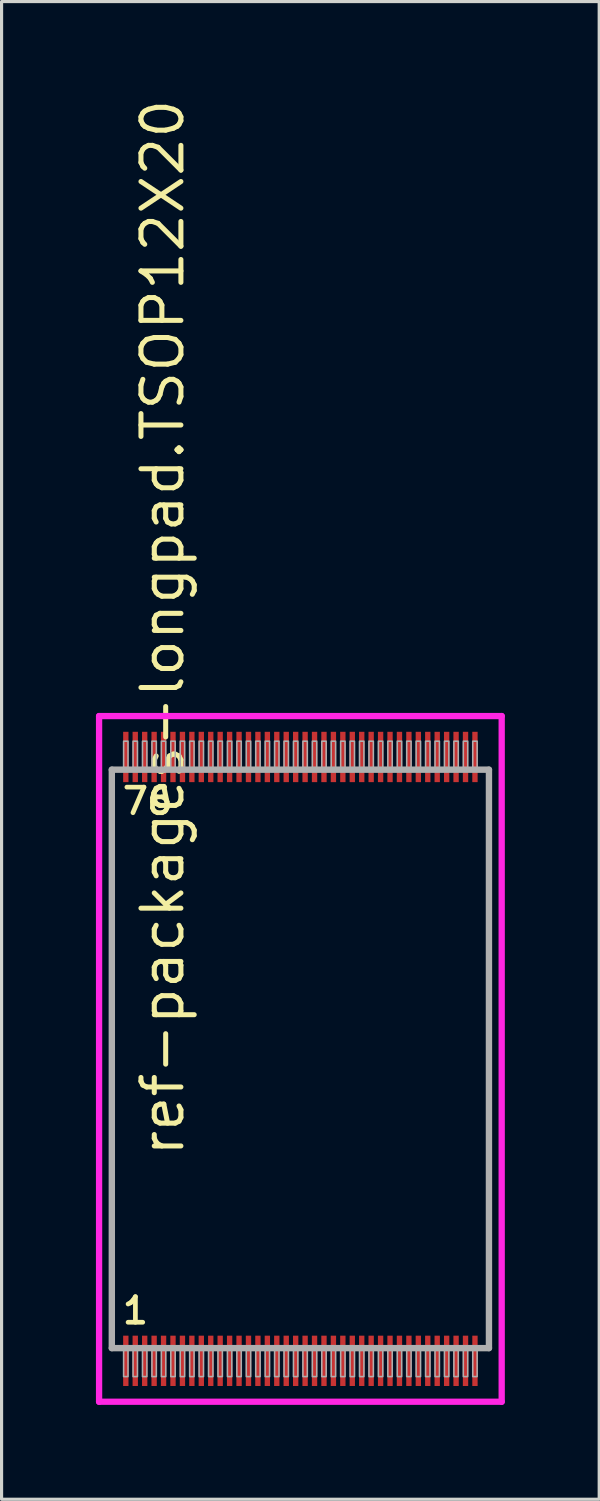
<source format=kicad_pcb>
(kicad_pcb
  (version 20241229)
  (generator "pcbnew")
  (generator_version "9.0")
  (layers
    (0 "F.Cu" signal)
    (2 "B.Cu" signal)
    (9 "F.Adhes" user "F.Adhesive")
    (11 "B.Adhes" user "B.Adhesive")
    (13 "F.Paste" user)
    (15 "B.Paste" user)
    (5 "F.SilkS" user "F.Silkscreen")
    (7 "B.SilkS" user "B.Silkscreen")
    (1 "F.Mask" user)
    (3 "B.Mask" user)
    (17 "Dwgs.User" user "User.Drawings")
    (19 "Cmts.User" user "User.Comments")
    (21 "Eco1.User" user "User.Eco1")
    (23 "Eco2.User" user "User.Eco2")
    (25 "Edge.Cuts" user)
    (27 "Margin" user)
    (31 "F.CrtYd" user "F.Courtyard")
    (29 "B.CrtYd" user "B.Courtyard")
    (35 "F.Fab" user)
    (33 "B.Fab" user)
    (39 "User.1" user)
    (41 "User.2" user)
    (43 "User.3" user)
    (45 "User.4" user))
  (footprint "ref-packages-longpad.TSOP12X20"
    (layer "F.Cu")
    (at 6.5 30.615)
    (property "Reference" "ref-packages-longpad.TSOP12X20" (at -3.635 3.175 90) (layer "F.SilkS") (effects (font (size 1.27 1.27) (thickness 0.16)) (justify left bottom)))
    (attr smd)
    (fp_line (start -6.4 -10.9) (end 6.4 -10.9) (stroke (width 0.2) (type default)) (layer "F.CrtYd"))
    (fp_line (start -6.4 10.9) (end -6.4 -10.9) (stroke (width 0.2) (type default)) (layer "F.CrtYd"))
    (fp_line (start 6.4 -10.9) (end 6.4 10.9) (stroke (width 0.2) (type default)) (layer "F.CrtYd"))
    (fp_line (start 6.4 10.9) (end -6.4 10.9) (stroke (width 0.2) (type default)) (layer "F.CrtYd"))
    (fp_line (start -5.995 -9.195) (end 5.995 -9.195) (stroke (width 0.203) (type default)) (layer "F.Fab"))
    (fp_line (start -5.995 9.195) (end -5.995 -9.195) (stroke (width 0.203) (type default)) (layer "F.Fab"))
    (fp_line (start 5.995 -9.195) (end 5.995 9.195) (stroke (width 0.203) (type default)) (layer "F.Fab"))
    (fp_line (start 5.995 9.195) (end -5.995 9.195) (stroke (width 0.203) (type default)) (layer "F.Fab"))
    (fp_rect (start -5.62 -9.25) (end -5.48 -10.1) (stroke (width 0.05) (type default)) (fill no) (layer "F.Fab"))
    (fp_rect (start -5.62 10.1) (end -5.48 9.25) (stroke (width 0.05) (type default)) (fill no) (layer "F.Fab"))
    (fp_rect (start -5.32 -9.25) (end -5.18 -10.1) (stroke (width 0.05) (type default)) (fill no) (layer "F.Fab"))
    (fp_rect (start -5.32 10.1) (end -5.18 9.25) (stroke (width 0.05) (type default)) (fill no) (layer "F.Fab"))
    (fp_rect (start -5.02 -9.25) (end -4.88 -10.1) (stroke (width 0.05) (type default)) (fill no) (layer "F.Fab"))
    (fp_rect (start -5.02 10.1) (end -4.88 9.25) (stroke (width 0.05) (type default)) (fill no) (layer "F.Fab"))
    (fp_rect (start -4.72 -9.25) (end -4.58 -10.1) (stroke (width 0.05) (type default)) (fill no) (layer "F.Fab"))
    (fp_rect (start -4.72 10.1) (end -4.58 9.25) (stroke (width 0.05) (type default)) (fill no) (layer "F.Fab"))
    (fp_rect (start -4.42 -9.25) (end -4.28 -10.1) (stroke (width 0.05) (type default)) (fill no) (layer "F.Fab"))
    (fp_rect (start -4.42 10.1) (end -4.28 9.25) (stroke (width 0.05) (type default)) (fill no) (layer "F.Fab"))
    (fp_rect (start -4.12 -9.25) (end -3.98 -10.1) (stroke (width 0.05) (type default)) (fill no) (layer "F.Fab"))
    (fp_rect (start -4.12 10.1) (end -3.98 9.25) (stroke (width 0.05) (type default)) (fill no) (layer "F.Fab"))
    (fp_rect (start -3.82 -9.25) (end -3.68 -10.1) (stroke (width 0.05) (type default)) (fill no) (layer "F.Fab"))
    (fp_rect (start -3.82 10.1) (end -3.68 9.25) (stroke (width 0.05) (type default)) (fill no) (layer "F.Fab"))
    (fp_rect (start -3.52 -9.25) (end -3.38 -10.1) (stroke (width 0.05) (type default)) (fill no) (layer "F.Fab"))
    (fp_rect (start -3.52 10.1) (end -3.38 9.25) (stroke (width 0.05) (type default)) (fill no) (layer "F.Fab"))
    (fp_rect (start -3.22 -9.25) (end -3.08 -10.1) (stroke (width 0.05) (type default)) (fill no) (layer "F.Fab"))
    (fp_rect (start -3.22 10.1) (end -3.08 9.25) (stroke (width 0.05) (type default)) (fill no) (layer "F.Fab"))
    (fp_rect (start -2.92 -9.25) (end -2.78 -10.1) (stroke (width 0.05) (type default)) (fill no) (layer "F.Fab"))
    (fp_rect (start -2.92 10.1) (end -2.78 9.25) (stroke (width 0.05) (type default)) (fill no) (layer "F.Fab"))
    (fp_rect (start -2.62 -9.25) (end -2.48 -10.1) (stroke (width 0.05) (type default)) (fill no) (layer "F.Fab"))
    (fp_rect (start -2.62 10.1) (end -2.48 9.25) (stroke (width 0.05) (type default)) (fill no) (layer "F.Fab"))
    (fp_rect (start -2.32 -9.25) (end -2.18 -10.1) (stroke (width 0.05) (type default)) (fill no) (layer "F.Fab"))
    (fp_rect (start -2.32 10.1) (end -2.18 9.25) (stroke (width 0.05) (type default)) (fill no) (layer "F.Fab"))
    (fp_rect (start -2.02 -9.25) (end -1.88 -10.1) (stroke (width 0.05) (type default)) (fill no) (layer "F.Fab"))
    (fp_rect (start -2.02 10.1) (end -1.88 9.25) (stroke (width 0.05) (type default)) (fill no) (layer "F.Fab"))
    (fp_rect (start -1.72 -9.25) (end -1.58 -10.1) (stroke (width 0.05) (type default)) (fill no) (layer "F.Fab"))
    (fp_rect (start -1.72 10.1) (end -1.58 9.25) (stroke (width 0.05) (type default)) (fill no) (layer "F.Fab"))
    (fp_rect (start -1.42 -9.25) (end -1.28 -10.1) (stroke (width 0.05) (type default)) (fill no) (layer "F.Fab"))
    (fp_rect (start -1.42 10.1) (end -1.28 9.25) (stroke (width 0.05) (type default)) (fill no) (layer "F.Fab"))
    (fp_rect (start -1.12 -9.25) (end -0.98 -10.1) (stroke (width 0.05) (type default)) (fill no) (layer "F.Fab"))
    (fp_rect (start -1.12 10.1) (end -0.98 9.25) (stroke (width 0.05) (type default)) (fill no) (layer "F.Fab"))
    (fp_rect (start -0.82 -9.25) (end -0.68 -10.1) (stroke (width 0.05) (type default)) (fill no) (layer "F.Fab"))
    (fp_rect (start -0.82 10.1) (end -0.68 9.25) (stroke (width 0.05) (type default)) (fill no) (layer "F.Fab"))
    (fp_rect (start -0.52 -9.25) (end -0.38 -10.1) (stroke (width 0.05) (type default)) (fill no) (layer "F.Fab"))
    (fp_rect (start -0.52 10.1) (end -0.38 9.25) (stroke (width 0.05) (type default)) (fill no) (layer "F.Fab"))
    (fp_rect (start -0.22 -9.25) (end -0.08 -10.1) (stroke (width 0.05) (type default)) (fill no) (layer "F.Fab"))
    (fp_rect (start -0.22 10.1) (end -0.08 9.25) (stroke (width 0.05) (type default)) (fill no) (layer "F.Fab"))
    (fp_rect (start 0.08 -9.25) (end 0.22 -10.1) (stroke (width 0.05) (type default)) (fill no) (layer "F.Fab"))
    (fp_rect (start 0.08 10.1) (end 0.22 9.25) (stroke (width 0.05) (type default)) (fill no) (layer "F.Fab"))
    (fp_rect (start 0.38 -9.25) (end 0.52 -10.1) (stroke (width 0.05) (type default)) (fill no) (layer "F.Fab"))
    (fp_rect (start 0.38 10.1) (end 0.52 9.25) (stroke (width 0.05) (type default)) (fill no) (layer "F.Fab"))
    (fp_rect (start 0.68 -9.25) (end 0.82 -10.1) (stroke (width 0.05) (type default)) (fill no) (layer "F.Fab"))
    (fp_rect (start 0.68 10.1) (end 0.82 9.25) (stroke (width 0.05) (type default)) (fill no) (layer "F.Fab"))
    (fp_rect (start 0.98 -9.25) (end 1.12 -10.1) (stroke (width 0.05) (type default)) (fill no) (layer "F.Fab"))
    (fp_rect (start 0.98 10.1) (end 1.12 9.25) (stroke (width 0.05) (type default)) (fill no) (layer "F.Fab"))
    (fp_rect (start 1.28 -9.25) (end 1.42 -10.1) (stroke (width 0.05) (type default)) (fill no) (layer "F.Fab"))
    (fp_rect (start 1.28 10.1) (end 1.42 9.25) (stroke (width 0.05) (type default)) (fill no) (layer "F.Fab"))
    (fp_rect (start 1.58 -9.25) (end 1.72 -10.1) (stroke (width 0.05) (type default)) (fill no) (layer "F.Fab"))
    (fp_rect (start 1.58 10.1) (end 1.72 9.25) (stroke (width 0.05) (type default)) (fill no) (layer "F.Fab"))
    (fp_rect (start 1.88 -9.25) (end 2.02 -10.1) (stroke (width 0.05) (type default)) (fill no) (layer "F.Fab"))
    (fp_rect (start 1.88 10.1) (end 2.02 9.25) (stroke (width 0.05) (type default)) (fill no) (layer "F.Fab"))
    (fp_rect (start 2.18 -9.25) (end 2.32 -10.1) (stroke (width 0.05) (type default)) (fill no) (layer "F.Fab"))
    (fp_rect (start 2.18 10.1) (end 2.32 9.25) (stroke (width 0.05) (type default)) (fill no) (layer "F.Fab"))
    (fp_rect (start 2.48 -9.25) (end 2.62 -10.1) (stroke (width 0.05) (type default)) (fill no) (layer "F.Fab"))
    (fp_rect (start 2.48 10.1) (end 2.62 9.25) (stroke (width 0.05) (type default)) (fill no) (layer "F.Fab"))
    (fp_rect (start 2.78 -9.25) (end 2.92 -10.1) (stroke (width 0.05) (type default)) (fill no) (layer "F.Fab"))
    (fp_rect (start 2.78 10.1) (end 2.92 9.25) (stroke (width 0.05) (type default)) (fill no) (layer "F.Fab"))
    (fp_rect (start 3.08 -9.25) (end 3.22 -10.1) (stroke (width 0.05) (type default)) (fill no) (layer "F.Fab"))
    (fp_rect (start 3.08 10.1) (end 3.22 9.25) (stroke (width 0.05) (type default)) (fill no) (layer "F.Fab"))
    (fp_rect (start 3.38 -9.25) (end 3.52 -10.1) (stroke (width 0.05) (type default)) (fill no) (layer "F.Fab"))
    (fp_rect (start 3.38 10.1) (end 3.52 9.25) (stroke (width 0.05) (type default)) (fill no) (layer "F.Fab"))
    (fp_rect (start 3.68 -9.25) (end 3.82 -10.1) (stroke (width 0.05) (type default)) (fill no) (layer "F.Fab"))
    (fp_rect (start 3.68 10.1) (end 3.82 9.25) (stroke (width 0.05) (type default)) (fill no) (layer "F.Fab"))
    (fp_rect (start 3.98 -9.25) (end 4.12 -10.1) (stroke (width 0.05) (type default)) (fill no) (layer "F.Fab"))
    (fp_rect (start 3.98 10.1) (end 4.12 9.25) (stroke (width 0.05) (type default)) (fill no) (layer "F.Fab"))
    (fp_rect (start 4.28 -9.25) (end 4.42 -10.1) (stroke (width 0.05) (type default)) (fill no) (layer "F.Fab"))
    (fp_rect (start 4.28 10.1) (end 4.42 9.25) (stroke (width 0.05) (type default)) (fill no) (layer "F.Fab"))
    (fp_rect (start 4.58 -9.25) (end 4.72 -10.1) (stroke (width 0.05) (type default)) (fill no) (layer "F.Fab"))
    (fp_rect (start 4.58 10.1) (end 4.72 9.25) (stroke (width 0.05) (type default)) (fill no) (layer "F.Fab"))
    (fp_rect (start 4.88 -9.25) (end 5.02 -10.1) (stroke (width 0.05) (type default)) (fill no) (layer "F.Fab"))
    (fp_rect (start 4.88 10.1) (end 5.02 9.25) (stroke (width 0.05) (type default)) (fill no) (layer "F.Fab"))
    (fp_rect (start 5.18 -9.25) (end 5.32 -10.1) (stroke (width 0.05) (type default)) (fill no) (layer "F.Fab"))
    (fp_rect (start 5.18 10.1) (end 5.32 9.25) (stroke (width 0.05) (type default)) (fill no) (layer "F.Fab"))
    (fp_rect (start 5.48 -9.25) (end 5.62 -10.1) (stroke (width 0.05) (type default)) (fill no) (layer "F.Fab"))
    (fp_rect (start 5.48 10.1) (end 5.62 9.25) (stroke (width 0.05) (type default)) (fill no) (layer "F.Fab"))
    (fp_text user "1" (at -5.731 8.48 0) (layer "F.SilkS") (effects (font (size 0.813 0.813) (thickness 0.15)) (justify left bottom)))
    (fp_text user "76" (at -5.731 -7.72 0) (layer "F.SilkS") (effects (font (size 0.813 0.813) (thickness 0.15)) (justify left bottom)))
    (pad "1" smd roundrect (at -5.55 9.6) (size 0.17 1.6) (layers "F.Cu" "F.Mask" "F.Paste") (roundrect_rratio 0.01))
    (pad "2" smd roundrect (at -5.25 9.6) (size 0.17 1.6) (layers "F.Cu" "F.Mask" "F.Paste") (roundrect_rratio 0.01))
    (pad "3" smd roundrect (at -4.95 9.6) (size 0.17 1.6) (layers "F.Cu" "F.Mask" "F.Paste") (roundrect_rratio 0.01))
    (pad "4" smd roundrect (at -4.65 9.6) (size 0.17 1.6) (layers "F.Cu" "F.Mask" "F.Paste") (roundrect_rratio 0.01))
    (pad "5" smd roundrect (at -4.35 9.6) (size 0.17 1.6) (layers "F.Cu" "F.Mask" "F.Paste") (roundrect_rratio 0.01))
    (pad "6" smd roundrect (at -4.05 9.6) (size 0.17 1.6) (layers "F.Cu" "F.Mask" "F.Paste") (roundrect_rratio 0.01))
    (pad "7" smd roundrect (at -3.75 9.6) (size 0.17 1.6) (layers "F.Cu" "F.Mask" "F.Paste") (roundrect_rratio 0.01))
    (pad "8" smd roundrect (at -3.45 9.6) (size 0.17 1.6) (layers "F.Cu" "F.Mask" "F.Paste") (roundrect_rratio 0.01))
    (pad "9" smd roundrect (at -3.15 9.6) (size 0.17 1.6) (layers "F.Cu" "F.Mask" "F.Paste") (roundrect_rratio 0.01))
    (pad "10" smd roundrect (at -2.85 9.6) (size 0.17 1.6) (layers "F.Cu" "F.Mask" "F.Paste") (roundrect_rratio 0.01))
    (pad "11" smd roundrect (at -2.55 9.6) (size 0.17 1.6) (layers "F.Cu" "F.Mask" "F.Paste") (roundrect_rratio 0.01))
    (pad "12" smd roundrect (at -2.25 9.6) (size 0.17 1.6) (layers "F.Cu" "F.Mask" "F.Paste") (roundrect_rratio 0.01))
    (pad "13" smd roundrect (at -1.95 9.6) (size 0.17 1.6) (layers "F.Cu" "F.Mask" "F.Paste") (roundrect_rratio 0.01))
    (pad "14" smd roundrect (at -1.65 9.6) (size 0.17 1.6) (layers "F.Cu" "F.Mask" "F.Paste") (roundrect_rratio 0.01))
    (pad "15" smd roundrect (at -1.35 9.6) (size 0.17 1.6) (layers "F.Cu" "F.Mask" "F.Paste") (roundrect_rratio 0.01))
    (pad "16" smd roundrect (at -1.05 9.6) (size 0.17 1.6) (layers "F.Cu" "F.Mask" "F.Paste") (roundrect_rratio 0.01))
    (pad "17" smd roundrect (at -0.75 9.6) (size 0.17 1.6) (layers "F.Cu" "F.Mask" "F.Paste") (roundrect_rratio 0.01))
    (pad "18" smd roundrect (at -0.45 9.6) (size 0.17 1.6) (layers "F.Cu" "F.Mask" "F.Paste") (roundrect_rratio 0.01))
    (pad "19" smd roundrect (at -0.15 9.6) (size 0.17 1.6) (layers "F.Cu" "F.Mask" "F.Paste") (roundrect_rratio 0.01))
    (pad "20" smd roundrect (at 0.15 9.6) (size 0.17 1.6) (layers "F.Cu" "F.Mask" "F.Paste") (roundrect_rratio 0.01))
    (pad "21" smd roundrect (at 0.45 9.6) (size 0.17 1.6) (layers "F.Cu" "F.Mask" "F.Paste") (roundrect_rratio 0.01))
    (pad "22" smd roundrect (at 0.75 9.6) (size 0.17 1.6) (layers "F.Cu" "F.Mask" "F.Paste") (roundrect_rratio 0.01))
    (pad "23" smd roundrect (at 1.05 9.6) (size 0.17 1.6) (layers "F.Cu" "F.Mask" "F.Paste") (roundrect_rratio 0.01))
    (pad "24" smd roundrect (at 1.35 9.6) (size 0.17 1.6) (layers "F.Cu" "F.Mask" "F.Paste") (roundrect_rratio 0.01))
    (pad "25" smd roundrect (at 1.65 9.6) (size 0.17 1.6) (layers "F.Cu" "F.Mask" "F.Paste") (roundrect_rratio 0.01))
    (pad "26" smd roundrect (at 1.95 9.6) (size 0.17 1.6) (layers "F.Cu" "F.Mask" "F.Paste") (roundrect_rratio 0.01))
    (pad "27" smd roundrect (at 2.25 9.6) (size 0.17 1.6) (layers "F.Cu" "F.Mask" "F.Paste") (roundrect_rratio 0.01))
    (pad "28" smd roundrect (at 2.55 9.6) (size 0.17 1.6) (layers "F.Cu" "F.Mask" "F.Paste") (roundrect_rratio 0.01))
    (pad "29" smd roundrect (at 2.85 9.6) (size 0.17 1.6) (layers "F.Cu" "F.Mask" "F.Paste") (roundrect_rratio 0.01))
    (pad "30" smd roundrect (at 3.15 9.6) (size 0.17 1.6) (layers "F.Cu" "F.Mask" "F.Paste") (roundrect_rratio 0.01))
    (pad "31" smd roundrect (at 3.45 9.6) (size 0.17 1.6) (layers "F.Cu" "F.Mask" "F.Paste") (roundrect_rratio 0.01))
    (pad "32" smd roundrect (at 3.75 9.6) (size 0.17 1.6) (layers "F.Cu" "F.Mask" "F.Paste") (roundrect_rratio 0.01))
    (pad "33" smd roundrect (at 4.05 9.6) (size 0.17 1.6) (layers "F.Cu" "F.Mask" "F.Paste") (roundrect_rratio 0.01))
    (pad "34" smd roundrect (at 4.35 9.6) (size 0.17 1.6) (layers "F.Cu" "F.Mask" "F.Paste") (roundrect_rratio 0.01))
    (pad "35" smd roundrect (at 4.65 9.6) (size 0.17 1.6) (layers "F.Cu" "F.Mask" "F.Paste") (roundrect_rratio 0.01))
    (pad "36" smd roundrect (at 4.95 9.6) (size 0.17 1.6) (layers "F.Cu" "F.Mask" "F.Paste") (roundrect_rratio 0.01))
    (pad "37" smd roundrect (at 5.25 9.6) (size 0.17 1.6) (layers "F.Cu" "F.Mask" "F.Paste") (roundrect_rratio 0.01))
    (pad "38" smd roundrect (at 5.55 9.6) (size 0.17 1.6) (layers "F.Cu" "F.Mask" "F.Paste") (roundrect_rratio 0.01))
    (pad "39" smd roundrect (at 5.55 -9.6) (size 0.17 1.6) (layers "F.Cu" "F.Mask" "F.Paste") (roundrect_rratio 0.01))
    (pad "40" smd roundrect (at 5.25 -9.6) (size 0.17 1.6) (layers "F.Cu" "F.Mask" "F.Paste") (roundrect_rratio 0.01))
    (pad "41" smd roundrect (at 4.95 -9.6) (size 0.17 1.6) (layers "F.Cu" "F.Mask" "F.Paste") (roundrect_rratio 0.01))
    (pad "42" smd roundrect (at 4.65 -9.6) (size 0.17 1.6) (layers "F.Cu" "F.Mask" "F.Paste") (roundrect_rratio 0.01))
    (pad "43" smd roundrect (at 4.35 -9.6) (size 0.17 1.6) (layers "F.Cu" "F.Mask" "F.Paste") (roundrect_rratio 0.01))
    (pad "44" smd roundrect (at 4.05 -9.6) (size 0.17 1.6) (layers "F.Cu" "F.Mask" "F.Paste") (roundrect_rratio 0.01))
    (pad "45" smd roundrect (at 3.75 -9.6) (size 0.17 1.6) (layers "F.Cu" "F.Mask" "F.Paste") (roundrect_rratio 0.01))
    (pad "46" smd roundrect (at 3.45 -9.6) (size 0.17 1.6) (layers "F.Cu" "F.Mask" "F.Paste") (roundrect_rratio 0.01))
    (pad "47" smd roundrect (at 3.15 -9.6) (size 0.17 1.6) (layers "F.Cu" "F.Mask" "F.Paste") (roundrect_rratio 0.01))
    (pad "48" smd roundrect (at 2.85 -9.6) (size 0.17 1.6) (layers "F.Cu" "F.Mask" "F.Paste") (roundrect_rratio 0.01))
    (pad "49" smd roundrect (at 2.55 -9.6) (size 0.17 1.6) (layers "F.Cu" "F.Mask" "F.Paste") (roundrect_rratio 0.01))
    (pad "50" smd roundrect (at 2.25 -9.6) (size 0.17 1.6) (layers "F.Cu" "F.Mask" "F.Paste") (roundrect_rratio 0.01))
    (pad "51" smd roundrect (at 1.95 -9.6) (size 0.17 1.6) (layers "F.Cu" "F.Mask" "F.Paste") (roundrect_rratio 0.01))
    (pad "52" smd roundrect (at 1.65 -9.6) (size 0.17 1.6) (layers "F.Cu" "F.Mask" "F.Paste") (roundrect_rratio 0.01))
    (pad "53" smd roundrect (at 1.35 -9.6) (size 0.17 1.6) (layers "F.Cu" "F.Mask" "F.Paste") (roundrect_rratio 0.01))
    (pad "54" smd roundrect (at 1.05 -9.6) (size 0.17 1.6) (layers "F.Cu" "F.Mask" "F.Paste") (roundrect_rratio 0.01))
    (pad "55" smd roundrect (at 0.75 -9.6) (size 0.17 1.6) (layers "F.Cu" "F.Mask" "F.Paste") (roundrect_rratio 0.01))
    (pad "56" smd roundrect (at 0.45 -9.6) (size 0.17 1.6) (layers "F.Cu" "F.Mask" "F.Paste") (roundrect_rratio 0.01))
    (pad "57" smd roundrect (at 0.15 -9.6) (size 0.17 1.6) (layers "F.Cu" "F.Mask" "F.Paste") (roundrect_rratio 0.01))
    (pad "58" smd roundrect (at -0.15 -9.6) (size 0.17 1.6) (layers "F.Cu" "F.Mask" "F.Paste") (roundrect_rratio 0.01))
    (pad "59" smd roundrect (at -0.45 -9.6) (size 0.17 1.6) (layers "F.Cu" "F.Mask" "F.Paste") (roundrect_rratio 0.01))
    (pad "60" smd roundrect (at -0.75 -9.6) (size 0.17 1.6) (layers "F.Cu" "F.Mask" "F.Paste") (roundrect_rratio 0.01))
    (pad "61" smd roundrect (at -1.05 -9.6) (size 0.17 1.6) (layers "F.Cu" "F.Mask" "F.Paste") (roundrect_rratio 0.01))
    (pad "62" smd roundrect (at -1.35 -9.6) (size 0.17 1.6) (layers "F.Cu" "F.Mask" "F.Paste") (roundrect_rratio 0.01))
    (pad "63" smd roundrect (at -1.65 -9.6) (size 0.17 1.6) (layers "F.Cu" "F.Mask" "F.Paste") (roundrect_rratio 0.01))
    (pad "64" smd roundrect (at -1.95 -9.6) (size 0.17 1.6) (layers "F.Cu" "F.Mask" "F.Paste") (roundrect_rratio 0.01))
    (pad "65" smd roundrect (at -2.25 -9.6) (size 0.17 1.6) (layers "F.Cu" "F.Mask" "F.Paste") (roundrect_rratio 0.01))
    (pad "66" smd roundrect (at -2.55 -9.6) (size 0.17 1.6) (layers "F.Cu" "F.Mask" "F.Paste") (roundrect_rratio 0.01))
    (pad "67" smd roundrect (at -2.85 -9.6) (size 0.17 1.6) (layers "F.Cu" "F.Mask" "F.Paste") (roundrect_rratio 0.01))
    (pad "68" smd roundrect (at -3.15 -9.6) (size 0.17 1.6) (layers "F.Cu" "F.Mask" "F.Paste") (roundrect_rratio 0.01))
    (pad "69" smd roundrect (at -3.45 -9.6) (size 0.17 1.6) (layers "F.Cu" "F.Mask" "F.Paste") (roundrect_rratio 0.01))
    (pad "70" smd roundrect (at -3.75 -9.6) (size 0.17 1.6) (layers "F.Cu" "F.Mask" "F.Paste") (roundrect_rratio 0.01))
    (pad "71" smd roundrect (at -4.05 -9.6) (size 0.17 1.6) (layers "F.Cu" "F.Mask" "F.Paste") (roundrect_rratio 0.01))
    (pad "72" smd roundrect (at -4.35 -9.6) (size 0.17 1.6) (layers "F.Cu" "F.Mask" "F.Paste") (roundrect_rratio 0.01))
    (pad "73" smd roundrect (at -4.65 -9.6) (size 0.17 1.6) (layers "F.Cu" "F.Mask" "F.Paste") (roundrect_rratio 0.01))
    (pad "74" smd roundrect (at -4.95 -9.6) (size 0.17 1.6) (layers "F.Cu" "F.Mask" "F.Paste") (roundrect_rratio 0.01))
    (pad "75" smd roundrect (at -5.25 -9.6) (size 0.17 1.6) (layers "F.Cu" "F.Mask" "F.Paste") (roundrect_rratio 0.01))
    (pad "76" smd roundrect (at -5.55 -9.6) (size 0.17 1.6) (layers "F.Cu" "F.Mask" "F.Paste") (roundrect_rratio 0.01)))
  (gr_rect
    (start -3 -3)
    (end 16 44.615)
    (stroke (width 0.1) (type default))
    (fill no)
    (layer "Edge.Cuts")))
</source>
